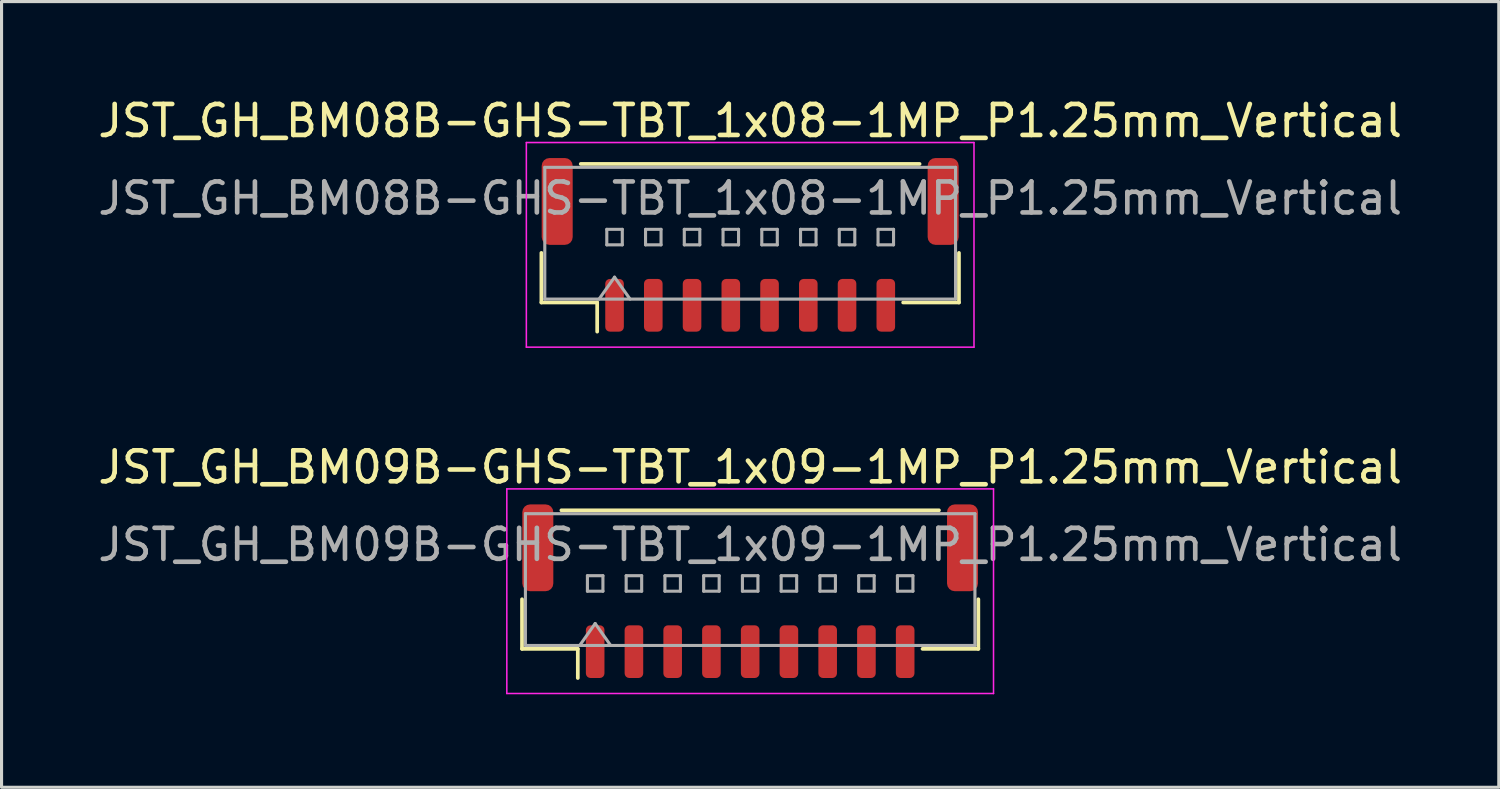
<source format=kicad_pcb>
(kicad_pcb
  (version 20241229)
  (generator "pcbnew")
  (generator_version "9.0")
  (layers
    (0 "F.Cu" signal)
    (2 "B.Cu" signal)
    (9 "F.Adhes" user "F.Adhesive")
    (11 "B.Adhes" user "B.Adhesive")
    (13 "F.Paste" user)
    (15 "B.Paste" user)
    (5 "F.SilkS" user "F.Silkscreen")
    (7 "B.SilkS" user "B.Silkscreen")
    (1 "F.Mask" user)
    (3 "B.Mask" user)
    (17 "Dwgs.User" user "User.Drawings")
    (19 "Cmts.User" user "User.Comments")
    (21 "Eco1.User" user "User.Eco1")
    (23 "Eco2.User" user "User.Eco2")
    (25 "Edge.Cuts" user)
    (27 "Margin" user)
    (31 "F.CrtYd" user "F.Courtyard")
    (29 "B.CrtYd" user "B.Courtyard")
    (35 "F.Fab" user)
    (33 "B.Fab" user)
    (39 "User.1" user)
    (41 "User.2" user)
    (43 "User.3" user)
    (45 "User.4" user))
  (footprint "JST_GH_BM09B-GHS-TBT_1x09-1MP_P1.25mm_Vertical"
    (layer "F.Cu")
    (at 21.149 16.021)
    (property "Reference" "JST_GH_BM09B-GHS-TBT_1x09-1MP_P1.25mm_Vertical" (at 0 -4 0) (layer "F.SilkS") (effects (font (size 1 1) (thickness 0.15))))
    (attr smd)
    (fp_line (start -7.36 0.26) (end -7.36 1.86) (stroke (width 0.12) (type solid)) (layer "F.SilkS"))
    (fp_line (start -7.36 1.86) (end -5.56 1.86) (stroke (width 0.12) (type solid)) (layer "F.SilkS"))
    (fp_line (start -6.09 -2.61) (end 6.09 -2.61) (stroke (width 0.12) (type solid)) (layer "F.SilkS"))
    (fp_line (start -5.56 1.86) (end -5.56 2.8) (stroke (width 0.12) (type solid)) (layer "F.SilkS"))
    (fp_line (start 7.36 0.26) (end 7.36 1.86) (stroke (width 0.12) (type solid)) (layer "F.SilkS"))
    (fp_line (start 7.36 1.86) (end 5.56 1.86) (stroke (width 0.12) (type solid)) (layer "F.SilkS"))
    (fp_line (start -7.85 -3.3) (end -7.85 3.3) (stroke (width 0.05) (type solid)) (layer "F.CrtYd"))
    (fp_line (start -7.85 3.3) (end 7.85 3.3) (stroke (width 0.05) (type solid)) (layer "F.CrtYd"))
    (fp_line (start 7.85 -3.3) (end -7.85 -3.3) (stroke (width 0.05) (type solid)) (layer "F.CrtYd"))
    (fp_line (start 7.85 3.3) (end 7.85 -3.3) (stroke (width 0.05) (type solid)) (layer "F.CrtYd"))
    (fp_line (start -7.25 -2.5) (end 7.25 -2.5) (stroke (width 0.1) (type solid)) (layer "F.Fab"))
    (fp_line (start -7.25 1.75) (end -7.25 -2.5) (stroke (width 0.1) (type solid)) (layer "F.Fab"))
    (fp_line (start -7.25 1.75) (end 7.25 1.75) (stroke (width 0.1) (type solid)) (layer "F.Fab"))
    (fp_line (start -5.5 1.75) (end -5 1.043) (stroke (width 0.1) (type solid)) (layer "F.Fab"))
    (fp_line (start -5.25 -0.5) (end -5.25 0) (stroke (width 0.1) (type solid)) (layer "F.Fab"))
    (fp_line (start -5.25 0) (end -4.75 0) (stroke (width 0.1) (type solid)) (layer "F.Fab"))
    (fp_line (start -5 1.043) (end -4.5 1.75) (stroke (width 0.1) (type solid)) (layer "F.Fab"))
    (fp_line (start -4.75 -0.5) (end -5.25 -0.5) (stroke (width 0.1) (type solid)) (layer "F.Fab"))
    (fp_line (start -4.75 0) (end -4.75 -0.5) (stroke (width 0.1) (type solid)) (layer "F.Fab"))
    (fp_line (start -4 -0.5) (end -4 0) (stroke (width 0.1) (type solid)) (layer "F.Fab"))
    (fp_line (start -4 0) (end -3.5 0) (stroke (width 0.1) (type solid)) (layer "F.Fab"))
    (fp_line (start -3.5 -0.5) (end -4 -0.5) (stroke (width 0.1) (type solid)) (layer "F.Fab"))
    (fp_line (start -3.5 0) (end -3.5 -0.5) (stroke (width 0.1) (type solid)) (layer "F.Fab"))
    (fp_line (start -2.75 -0.5) (end -2.75 0) (stroke (width 0.1) (type solid)) (layer "F.Fab"))
    (fp_line (start -2.75 0) (end -2.25 0) (stroke (width 0.1) (type solid)) (layer "F.Fab"))
    (fp_line (start -2.25 -0.5) (end -2.75 -0.5) (stroke (width 0.1) (type solid)) (layer "F.Fab"))
    (fp_line (start -2.25 0) (end -2.25 -0.5) (stroke (width 0.1) (type solid)) (layer "F.Fab"))
    (fp_line (start -1.5 -0.5) (end -1.5 0) (stroke (width 0.1) (type solid)) (layer "F.Fab"))
    (fp_line (start -1.5 0) (end -1 0) (stroke (width 0.1) (type solid)) (layer "F.Fab"))
    (fp_line (start -1 -0.5) (end -1.5 -0.5) (stroke (width 0.1) (type solid)) (layer "F.Fab"))
    (fp_line (start -1 0) (end -1 -0.5) (stroke (width 0.1) (type solid)) (layer "F.Fab"))
    (fp_line (start -0.25 -0.5) (end -0.25 0) (stroke (width 0.1) (type solid)) (layer "F.Fab"))
    (fp_line (start -0.25 0) (end 0.25 0) (stroke (width 0.1) (type solid)) (layer "F.Fab"))
    (fp_line (start 0.25 -0.5) (end -0.25 -0.5) (stroke (width 0.1) (type solid)) (layer "F.Fab"))
    (fp_line (start 0.25 0) (end 0.25 -0.5) (stroke (width 0.1) (type solid)) (layer "F.Fab"))
    (fp_line (start 1 -0.5) (end 1 0) (stroke (width 0.1) (type solid)) (layer "F.Fab"))
    (fp_line (start 1 0) (end 1.5 0) (stroke (width 0.1) (type solid)) (layer "F.Fab"))
    (fp_line (start 1.5 -0.5) (end 1 -0.5) (stroke (width 0.1) (type solid)) (layer "F.Fab"))
    (fp_line (start 1.5 0) (end 1.5 -0.5) (stroke (width 0.1) (type solid)) (layer "F.Fab"))
    (fp_line (start 2.25 -0.5) (end 2.25 0) (stroke (width 0.1) (type solid)) (layer "F.Fab"))
    (fp_line (start 2.25 0) (end 2.75 0) (stroke (width 0.1) (type solid)) (layer "F.Fab"))
    (fp_line (start 2.75 -0.5) (end 2.25 -0.5) (stroke (width 0.1) (type solid)) (layer "F.Fab"))
    (fp_line (start 2.75 0) (end 2.75 -0.5) (stroke (width 0.1) (type solid)) (layer "F.Fab"))
    (fp_line (start 3.5 -0.5) (end 3.5 0) (stroke (width 0.1) (type solid)) (layer "F.Fab"))
    (fp_line (start 3.5 0) (end 4 0) (stroke (width 0.1) (type solid)) (layer "F.Fab"))
    (fp_line (start 4 -0.5) (end 3.5 -0.5) (stroke (width 0.1) (type solid)) (layer "F.Fab"))
    (fp_line (start 4 0) (end 4 -0.5) (stroke (width 0.1) (type solid)) (layer "F.Fab"))
    (fp_line (start 4.75 -0.5) (end 4.75 0) (stroke (width 0.1) (type solid)) (layer "F.Fab"))
    (fp_line (start 4.75 0) (end 5.25 0) (stroke (width 0.1) (type solid)) (layer "F.Fab"))
    (fp_line (start 5.25 -0.5) (end 4.75 -0.5) (stroke (width 0.1) (type solid)) (layer "F.Fab"))
    (fp_line (start 5.25 0) (end 5.25 -0.5) (stroke (width 0.1) (type solid)) (layer "F.Fab"))
    (fp_line (start 7.25 1.75) (end 7.25 -2.5) (stroke (width 0.1) (type solid)) (layer "F.Fab"))
    (fp_text user "${REFERENCE}" (at 0 -1.5 0) (layer "F.Fab") (effects (font (size 1 1) (thickness 0.15))))
    (pad "1" smd roundrect (at -5 1.95) (size 0.6 1.7) (layers "F.Cu" "F.Mask" "F.Paste") (roundrect_rratio 0.25))
    (pad "2" smd roundrect (at -3.75 1.95) (size 0.6 1.7) (layers "F.Cu" "F.Mask" "F.Paste") (roundrect_rratio 0.25))
    (pad "3" smd roundrect (at -2.5 1.95) (size 0.6 1.7) (layers "F.Cu" "F.Mask" "F.Paste") (roundrect_rratio 0.25))
    (pad "4" smd roundrect (at -1.25 1.95) (size 0.6 1.7) (layers "F.Cu" "F.Mask" "F.Paste") (roundrect_rratio 0.25))
    (pad "5" smd roundrect (at 0 1.95) (size 0.6 1.7) (layers "F.Cu" "F.Mask" "F.Paste") (roundrect_rratio 0.25))
    (pad "6" smd roundrect (at 1.25 1.95) (size 0.6 1.7) (layers "F.Cu" "F.Mask" "F.Paste") (roundrect_rratio 0.25))
    (pad "7" smd roundrect (at 2.5 1.95) (size 0.6 1.7) (layers "F.Cu" "F.Mask" "F.Paste") (roundrect_rratio 0.25))
    (pad "8" smd roundrect (at 3.75 1.95) (size 0.6 1.7) (layers "F.Cu" "F.Mask" "F.Paste") (roundrect_rratio 0.25))
    (pad "9" smd roundrect (at 5 1.95) (size 0.6 1.7) (layers "F.Cu" "F.Mask" "F.Paste") (roundrect_rratio 0.25))
    (pad "MP" smd roundrect (at -6.85 -1.4) (size 1 2.8) (layers "F.Cu" "F.Mask" "F.Paste") (roundrect_rratio 0.25))
    (pad "MP" smd roundrect (at 6.85 -1.4) (size 1 2.8) (layers "F.Cu" "F.Mask" "F.Paste") (roundrect_rratio 0.25)))
  (footprint "JST_GH_BM08B-GHS-TBT_1x08-1MP_P1.25mm_Vertical"
    (layer "F.Cu")
    (at 21.149 4.848)
    (property "Reference" "JST_GH_BM08B-GHS-TBT_1x08-1MP_P1.25mm_Vertical" (at 0 -4 0) (layer "F.SilkS") (effects (font (size 1 1) (thickness 0.15))))
    (attr smd)
    (fp_line (start -6.735 0.26) (end -6.735 1.86) (stroke (width 0.12) (type solid)) (layer "F.SilkS"))
    (fp_line (start -6.735 1.86) (end -4.935 1.86) (stroke (width 0.12) (type solid)) (layer "F.SilkS"))
    (fp_line (start -5.465 -2.61) (end 5.465 -2.61) (stroke (width 0.12) (type solid)) (layer "F.SilkS"))
    (fp_line (start -4.935 1.86) (end -4.935 2.8) (stroke (width 0.12) (type solid)) (layer "F.SilkS"))
    (fp_line (start 6.735 0.26) (end 6.735 1.86) (stroke (width 0.12) (type solid)) (layer "F.SilkS"))
    (fp_line (start 6.735 1.86) (end 4.935 1.86) (stroke (width 0.12) (type solid)) (layer "F.SilkS"))
    (fp_line (start -7.22 -3.3) (end -7.22 3.3) (stroke (width 0.05) (type solid)) (layer "F.CrtYd"))
    (fp_line (start -7.22 3.3) (end 7.22 3.3) (stroke (width 0.05) (type solid)) (layer "F.CrtYd"))
    (fp_line (start 7.22 -3.3) (end -7.22 -3.3) (stroke (width 0.05) (type solid)) (layer "F.CrtYd"))
    (fp_line (start 7.22 3.3) (end 7.22 -3.3) (stroke (width 0.05) (type solid)) (layer "F.CrtYd"))
    (fp_line (start -6.625 -2.5) (end 6.625 -2.5) (stroke (width 0.1) (type solid)) (layer "F.Fab"))
    (fp_line (start -6.625 1.75) (end -6.625 -2.5) (stroke (width 0.1) (type solid)) (layer "F.Fab"))
    (fp_line (start -6.625 1.75) (end 6.625 1.75) (stroke (width 0.1) (type solid)) (layer "F.Fab"))
    (fp_line (start -4.875 1.75) (end -4.375 1.043) (stroke (width 0.1) (type solid)) (layer "F.Fab"))
    (fp_line (start -4.625 -0.5) (end -4.625 0) (stroke (width 0.1) (type solid)) (layer "F.Fab"))
    (fp_line (start -4.625 0) (end -4.125 0) (stroke (width 0.1) (type solid)) (layer "F.Fab"))
    (fp_line (start -4.375 1.043) (end -3.875 1.75) (stroke (width 0.1) (type solid)) (layer "F.Fab"))
    (fp_line (start -4.125 -0.5) (end -4.625 -0.5) (stroke (width 0.1) (type solid)) (layer "F.Fab"))
    (fp_line (start -4.125 0) (end -4.125 -0.5) (stroke (width 0.1) (type solid)) (layer "F.Fab"))
    (fp_line (start -3.375 -0.5) (end -3.375 0) (stroke (width 0.1) (type solid)) (layer "F.Fab"))
    (fp_line (start -3.375 0) (end -2.875 0) (stroke (width 0.1) (type solid)) (layer "F.Fab"))
    (fp_line (start -2.875 -0.5) (end -3.375 -0.5) (stroke (width 0.1) (type solid)) (layer "F.Fab"))
    (fp_line (start -2.875 0) (end -2.875 -0.5) (stroke (width 0.1) (type solid)) (layer "F.Fab"))
    (fp_line (start -2.125 -0.5) (end -2.125 0) (stroke (width 0.1) (type solid)) (layer "F.Fab"))
    (fp_line (start -2.125 0) (end -1.625 0) (stroke (width 0.1) (type solid)) (layer "F.Fab"))
    (fp_line (start -1.625 -0.5) (end -2.125 -0.5) (stroke (width 0.1) (type solid)) (layer "F.Fab"))
    (fp_line (start -1.625 0) (end -1.625 -0.5) (stroke (width 0.1) (type solid)) (layer "F.Fab"))
    (fp_line (start -0.875 -0.5) (end -0.875 0) (stroke (width 0.1) (type solid)) (layer "F.Fab"))
    (fp_line (start -0.875 0) (end -0.375 0) (stroke (width 0.1) (type solid)) (layer "F.Fab"))
    (fp_line (start -0.375 -0.5) (end -0.875 -0.5) (stroke (width 0.1) (type solid)) (layer "F.Fab"))
    (fp_line (start -0.375 0) (end -0.375 -0.5) (stroke (width 0.1) (type solid)) (layer "F.Fab"))
    (fp_line (start 0.375 -0.5) (end 0.375 0) (stroke (width 0.1) (type solid)) (layer "F.Fab"))
    (fp_line (start 0.375 0) (end 0.875 0) (stroke (width 0.1) (type solid)) (layer "F.Fab"))
    (fp_line (start 0.875 -0.5) (end 0.375 -0.5) (stroke (width 0.1) (type solid)) (layer "F.Fab"))
    (fp_line (start 0.875 0) (end 0.875 -0.5) (stroke (width 0.1) (type solid)) (layer "F.Fab"))
    (fp_line (start 1.625 -0.5) (end 1.625 0) (stroke (width 0.1) (type solid)) (layer "F.Fab"))
    (fp_line (start 1.625 0) (end 2.125 0) (stroke (width 0.1) (type solid)) (layer "F.Fab"))
    (fp_line (start 2.125 -0.5) (end 1.625 -0.5) (stroke (width 0.1) (type solid)) (layer "F.Fab"))
    (fp_line (start 2.125 0) (end 2.125 -0.5) (stroke (width 0.1) (type solid)) (layer "F.Fab"))
    (fp_line (start 2.875 -0.5) (end 2.875 0) (stroke (width 0.1) (type solid)) (layer "F.Fab"))
    (fp_line (start 2.875 0) (end 3.375 0) (stroke (width 0.1) (type solid)) (layer "F.Fab"))
    (fp_line (start 3.375 -0.5) (end 2.875 -0.5) (stroke (width 0.1) (type solid)) (layer "F.Fab"))
    (fp_line (start 3.375 0) (end 3.375 -0.5) (stroke (width 0.1) (type solid)) (layer "F.Fab"))
    (fp_line (start 4.125 -0.5) (end 4.125 0) (stroke (width 0.1) (type solid)) (layer "F.Fab"))
    (fp_line (start 4.125 0) (end 4.625 0) (stroke (width 0.1) (type solid)) (layer "F.Fab"))
    (fp_line (start 4.625 -0.5) (end 4.125 -0.5) (stroke (width 0.1) (type solid)) (layer "F.Fab"))
    (fp_line (start 4.625 0) (end 4.625 -0.5) (stroke (width 0.1) (type solid)) (layer "F.Fab"))
    (fp_line (start 6.625 1.75) (end 6.625 -2.5) (stroke (width 0.1) (type solid)) (layer "F.Fab"))
    (fp_text user "${REFERENCE}" (at 0 -1.5 0) (layer "F.Fab") (effects (font (size 1 1) (thickness 0.15))))
    (pad "1" smd roundrect (at -4.375 1.95) (size 0.6 1.7) (layers "F.Cu" "F.Mask" "F.Paste") (roundrect_rratio 0.25))
    (pad "2" smd roundrect (at -3.125 1.95) (size 0.6 1.7) (layers "F.Cu" "F.Mask" "F.Paste") (roundrect_rratio 0.25))
    (pad "3" smd roundrect (at -1.875 1.95) (size 0.6 1.7) (layers "F.Cu" "F.Mask" "F.Paste") (roundrect_rratio 0.25))
    (pad "4" smd roundrect (at -0.625 1.95) (size 0.6 1.7) (layers "F.Cu" "F.Mask" "F.Paste") (roundrect_rratio 0.25))
    (pad "5" smd roundrect (at 0.625 1.95) (size 0.6 1.7) (layers "F.Cu" "F.Mask" "F.Paste") (roundrect_rratio 0.25))
    (pad "6" smd roundrect (at 1.875 1.95) (size 0.6 1.7) (layers "F.Cu" "F.Mask" "F.Paste") (roundrect_rratio 0.25))
    (pad "7" smd roundrect (at 3.125 1.95) (size 0.6 1.7) (layers "F.Cu" "F.Mask" "F.Paste") (roundrect_rratio 0.25))
    (pad "8" smd roundrect (at 4.375 1.95) (size 0.6 1.7) (layers "F.Cu" "F.Mask" "F.Paste") (roundrect_rratio 0.25))
    (pad "MP" smd roundrect (at -6.225 -1.4) (size 1 2.8) (layers "F.Cu" "F.Mask" "F.Paste") (roundrect_rratio 0.25))
    (pad "MP" smd roundrect (at 6.225 -1.4) (size 1 2.8) (layers "F.Cu" "F.Mask" "F.Paste") (roundrect_rratio 0.25)))
  (gr_rect
    (start -3 -3)
    (end 45.298 22.346)
    (stroke (width 0.1) (type default))
    (fill no)
    (layer "Edge.Cuts")))
</source>
